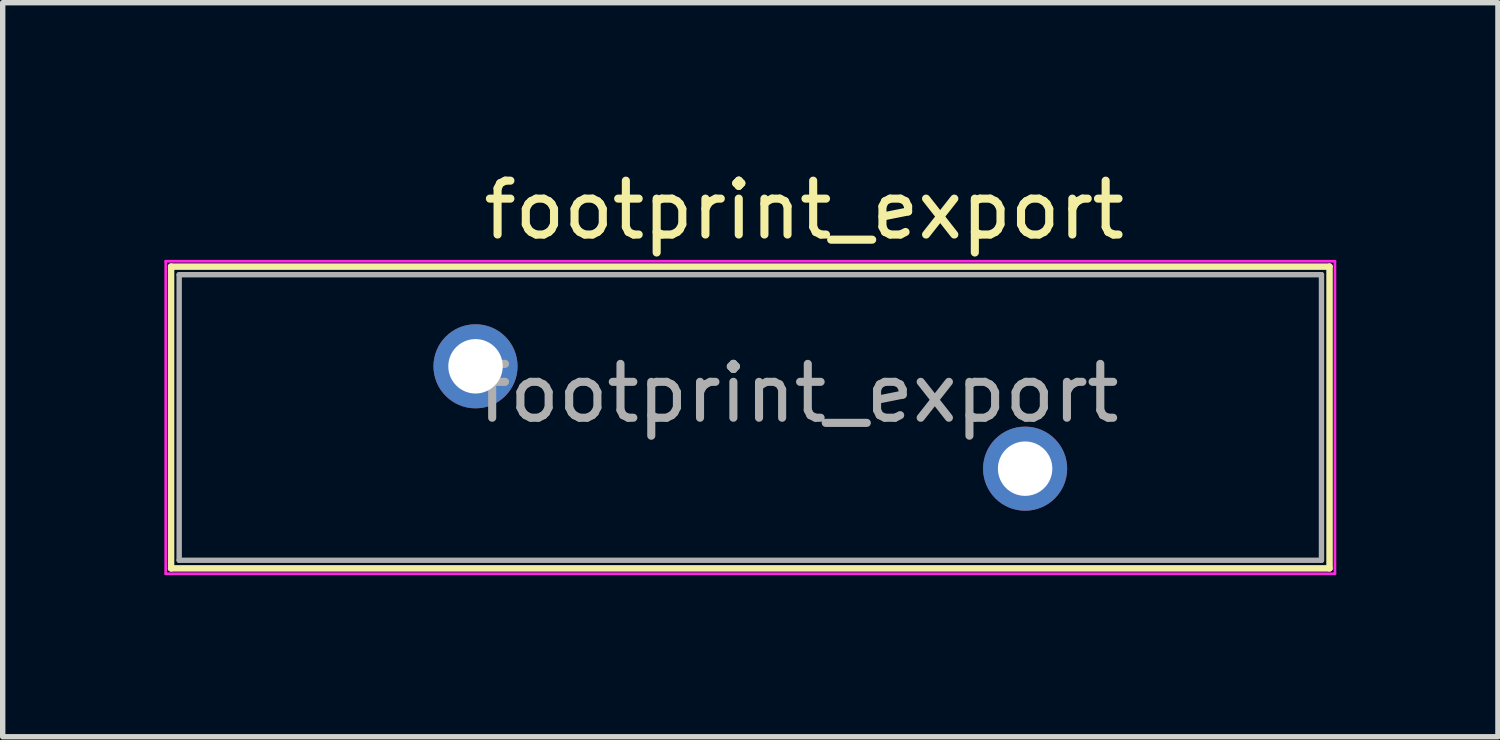
<source format=kicad_pcb>
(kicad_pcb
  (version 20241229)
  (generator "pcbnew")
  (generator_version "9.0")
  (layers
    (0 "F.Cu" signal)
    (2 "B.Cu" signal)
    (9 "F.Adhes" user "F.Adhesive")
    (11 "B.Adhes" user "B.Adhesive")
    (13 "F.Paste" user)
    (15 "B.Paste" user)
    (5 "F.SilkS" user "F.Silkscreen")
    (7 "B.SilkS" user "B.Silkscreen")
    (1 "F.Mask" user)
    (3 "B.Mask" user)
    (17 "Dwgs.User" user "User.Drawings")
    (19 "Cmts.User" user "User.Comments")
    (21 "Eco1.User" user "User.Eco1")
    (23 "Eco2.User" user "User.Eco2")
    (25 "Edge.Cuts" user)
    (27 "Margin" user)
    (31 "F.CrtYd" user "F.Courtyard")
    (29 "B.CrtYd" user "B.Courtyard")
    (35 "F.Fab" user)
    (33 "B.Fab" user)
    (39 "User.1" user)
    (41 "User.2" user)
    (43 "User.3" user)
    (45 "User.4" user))
  (footprint "footprint_export"
    (layer "F.Cu")
    (at 5.775 3.748)
    (property "Reference" "footprint_export" (at 6.1 -2.9 0) (layer "F.SilkS") (effects (font (size 1 1) (thickness 0.15))))
    (attr through_hole)
    (fp_line (start -5.65 -1.85) (end -5.65 3.75) (stroke (width 0.12) (type solid)) (layer "F.SilkS"))
    (fp_line (start -5.65 -1.85) (end 15.85 -1.85) (stroke (width 0.12) (type solid)) (layer "F.SilkS"))
    (fp_line (start -5.65 3.75) (end 15.85 3.75) (stroke (width 0.12) (type solid)) (layer "F.SilkS"))
    (fp_line (start 15.85 -1.85) (end 15.85 3.75) (stroke (width 0.12) (type solid)) (layer "F.SilkS"))
    (fp_line (start -5.75 -1.95) (end -5.75 3.85) (stroke (width 0.05) (type solid)) (layer "F.CrtYd"))
    (fp_line (start -5.75 -1.95) (end 15.95 -1.95) (stroke (width 0.05) (type solid)) (layer "F.CrtYd"))
    (fp_line (start -5.75 3.85) (end 15.95 3.85) (stroke (width 0.05) (type solid)) (layer "F.CrtYd"))
    (fp_line (start 15.95 -1.95) (end 15.95 3.85) (stroke (width 0.05) (type solid)) (layer "F.CrtYd"))
    (fp_line (start -5.5 -1.7) (end -5.5 3.6) (stroke (width 0.1) (type solid)) (layer "F.Fab"))
    (fp_line (start -5.5 -1.7) (end 15.7 -1.7) (stroke (width 0.1) (type solid)) (layer "F.Fab"))
    (fp_line (start -5.5 3.6) (end 15.7 3.6) (stroke (width 0.1) (type solid)) (layer "F.Fab"))
    (fp_line (start 15.7 -1.7) (end 15.7 3.6) (stroke (width 0.1) (type solid)) (layer "F.Fab"))
    (fp_text user "${REFERENCE}" (at 6 0.5 0) (layer "F.Fab") (effects (font (size 1 1) (thickness 0.15))))
    (pad "1" thru_hole circle (at 0 0) (size 1.56 1.56) (drill 1.01) (layers "*.Cu" "*.Mask"))
    (pad "2" thru_hole circle (at 10.2 1.9) (size 1.56 1.56) (drill 1.01) (layers "*.Cu" "*.Mask")))
  (gr_rect
    (start -3 -3)
    (end 24.75 10.623)
    (stroke (width 0.1) (type default))
    (fill no)
    (layer "Edge.Cuts")))
</source>
